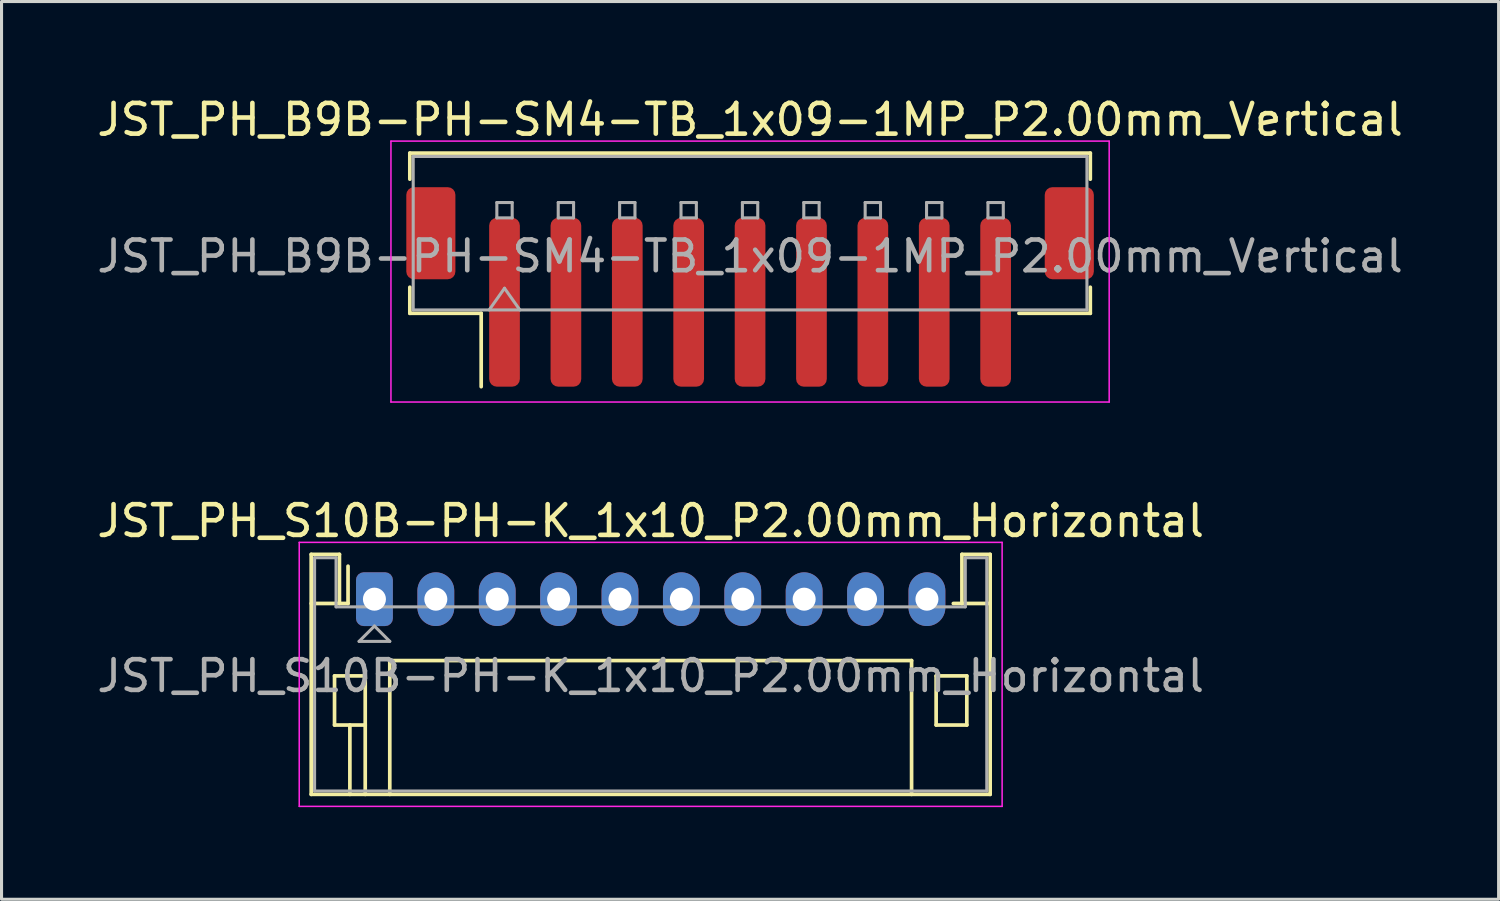
<source format=kicad_pcb>
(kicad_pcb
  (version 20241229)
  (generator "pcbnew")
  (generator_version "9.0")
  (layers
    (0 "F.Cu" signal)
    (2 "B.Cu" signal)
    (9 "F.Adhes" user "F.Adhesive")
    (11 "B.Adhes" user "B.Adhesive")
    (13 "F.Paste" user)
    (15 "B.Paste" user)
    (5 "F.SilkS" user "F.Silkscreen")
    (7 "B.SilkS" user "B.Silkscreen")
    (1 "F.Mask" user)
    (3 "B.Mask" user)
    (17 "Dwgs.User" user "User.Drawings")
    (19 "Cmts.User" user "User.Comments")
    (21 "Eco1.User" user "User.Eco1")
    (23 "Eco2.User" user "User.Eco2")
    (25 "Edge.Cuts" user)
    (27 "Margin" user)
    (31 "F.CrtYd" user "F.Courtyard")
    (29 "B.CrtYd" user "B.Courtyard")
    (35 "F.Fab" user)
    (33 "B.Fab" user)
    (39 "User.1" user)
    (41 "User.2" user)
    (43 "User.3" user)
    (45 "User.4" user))
  (footprint "JST_PH_S10B-PH-K_1x10_P2.00mm_Horizontal"
    (layer "F.Cu")
    (at 9.149 16.471)
    (property "Reference" "JST_PH_S10B-PH-K_1x10_P2.00mm_Horizontal" (at 9 -2.55 0) (layer "F.SilkS") (effects (font (size 1 1) (thickness 0.15))))
    (attr through_hole)
    (fp_line (start -2.06 -1.46) (end -2.06 6.36) (stroke (width 0.12) (type solid)) (layer "F.SilkS"))
    (fp_line (start -2.06 0.14) (end -1.14 0.14) (stroke (width 0.12) (type solid)) (layer "F.SilkS"))
    (fp_line (start -2.06 6.36) (end 20.06 6.36) (stroke (width 0.12) (type solid)) (layer "F.SilkS"))
    (fp_line (start -1.3 2.5) (end -1.3 4.1) (stroke (width 0.12) (type solid)) (layer "F.SilkS"))
    (fp_line (start -1.3 4.1) (end -0.3 4.1) (stroke (width 0.12) (type solid)) (layer "F.SilkS"))
    (fp_line (start -1.14 -1.46) (end -2.06 -1.46) (stroke (width 0.12) (type solid)) (layer "F.SilkS"))
    (fp_line (start -1.14 0.14) (end -1.14 -1.46) (stroke (width 0.12) (type solid)) (layer "F.SilkS"))
    (fp_line (start -0.86 0.14) (end -1.14 0.14) (stroke (width 0.12) (type solid)) (layer "F.SilkS"))
    (fp_line (start -0.86 0.14) (end -0.86 -1.075) (stroke (width 0.12) (type solid)) (layer "F.SilkS"))
    (fp_line (start -0.8 4.1) (end -0.8 6.36) (stroke (width 0.12) (type solid)) (layer "F.SilkS"))
    (fp_line (start -0.3 2.5) (end -1.3 2.5) (stroke (width 0.12) (type solid)) (layer "F.SilkS"))
    (fp_line (start -0.3 4.1) (end -0.3 2.5) (stroke (width 0.12) (type solid)) (layer "F.SilkS"))
    (fp_line (start -0.3 4.1) (end -0.3 6.36) (stroke (width 0.12) (type solid)) (layer "F.SilkS"))
    (fp_line (start 0.5 2) (end 17.5 2) (stroke (width 0.12) (type solid)) (layer "F.SilkS"))
    (fp_line (start 0.5 6.36) (end 0.5 2) (stroke (width 0.12) (type solid)) (layer "F.SilkS"))
    (fp_line (start 17.5 2) (end 17.5 6.36) (stroke (width 0.12) (type solid)) (layer "F.SilkS"))
    (fp_line (start 18.3 2.5) (end 19.3 2.5) (stroke (width 0.12) (type solid)) (layer "F.SilkS"))
    (fp_line (start 18.3 4.1) (end 18.3 2.5) (stroke (width 0.12) (type solid)) (layer "F.SilkS"))
    (fp_line (start 19.14 -1.46) (end 19.14 0.14) (stroke (width 0.12) (type solid)) (layer "F.SilkS"))
    (fp_line (start 19.14 0.14) (end 18.86 0.14) (stroke (width 0.12) (type solid)) (layer "F.SilkS"))
    (fp_line (start 19.3 2.5) (end 19.3 4.1) (stroke (width 0.12) (type solid)) (layer "F.SilkS"))
    (fp_line (start 19.3 4.1) (end 18.3 4.1) (stroke (width 0.12) (type solid)) (layer "F.SilkS"))
    (fp_line (start 20.06 -1.46) (end 19.14 -1.46) (stroke (width 0.12) (type solid)) (layer "F.SilkS"))
    (fp_line (start 20.06 0.14) (end 19.14 0.14) (stroke (width 0.12) (type solid)) (layer "F.SilkS"))
    (fp_line (start 20.06 6.36) (end 20.06 -1.46) (stroke (width 0.12) (type solid)) (layer "F.SilkS"))
    (fp_line (start -2.45 -1.85) (end -2.45 6.75) (stroke (width 0.05) (type solid)) (layer "F.CrtYd"))
    (fp_line (start -2.45 6.75) (end 20.45 6.75) (stroke (width 0.05) (type solid)) (layer "F.CrtYd"))
    (fp_line (start 20.45 -1.85) (end -2.45 -1.85) (stroke (width 0.05) (type solid)) (layer "F.CrtYd"))
    (fp_line (start 20.45 6.75) (end 20.45 -1.85) (stroke (width 0.05) (type solid)) (layer "F.CrtYd"))
    (fp_line (start -1.95 -1.35) (end -1.95 6.25) (stroke (width 0.1) (type solid)) (layer "F.Fab"))
    (fp_line (start -1.95 6.25) (end 19.95 6.25) (stroke (width 0.1) (type solid)) (layer "F.Fab"))
    (fp_line (start -1.25 -1.35) (end -1.95 -1.35) (stroke (width 0.1) (type solid)) (layer "F.Fab"))
    (fp_line (start -1.25 0.25) (end -1.25 -1.35) (stroke (width 0.1) (type solid)) (layer "F.Fab"))
    (fp_line (start -0.5 1.375) (end 0.5 1.375) (stroke (width 0.1) (type solid)) (layer "F.Fab"))
    (fp_line (start 0 0.875) (end -0.5 1.375) (stroke (width 0.1) (type solid)) (layer "F.Fab"))
    (fp_line (start 0.5 1.375) (end 0 0.875) (stroke (width 0.1) (type solid)) (layer "F.Fab"))
    (fp_line (start 19.25 -1.35) (end 19.25 0.25) (stroke (width 0.1) (type solid)) (layer "F.Fab"))
    (fp_line (start 19.25 0.25) (end -1.25 0.25) (stroke (width 0.1) (type solid)) (layer "F.Fab"))
    (fp_line (start 19.95 -1.35) (end 19.25 -1.35) (stroke (width 0.1) (type solid)) (layer "F.Fab"))
    (fp_line (start 19.95 6.25) (end 19.95 -1.35) (stroke (width 0.1) (type solid)) (layer "F.Fab"))
    (fp_text user "${REFERENCE}" (at 9 2.5 0) (layer "F.Fab") (effects (font (size 1 1) (thickness 0.15))))
    (pad "1" thru_hole roundrect (at 0 0) (size 1.2 1.75) (drill 0.75) (layers "*.Cu" "*.Mask") (roundrect_rratio 0.208))
    (pad "2" thru_hole oval (at 2 0) (size 1.2 1.75) (drill 0.75) (layers "*.Cu" "*.Mask"))
    (pad "3" thru_hole oval (at 4 0) (size 1.2 1.75) (drill 0.75) (layers "*.Cu" "*.Mask"))
    (pad "4" thru_hole oval (at 6 0) (size 1.2 1.75) (drill 0.75) (layers "*.Cu" "*.Mask"))
    (pad "5" thru_hole oval (at 8 0) (size 1.2 1.75) (drill 0.75) (layers "*.Cu" "*.Mask"))
    (pad "6" thru_hole oval (at 10 0) (size 1.2 1.75) (drill 0.75) (layers "*.Cu" "*.Mask"))
    (pad "7" thru_hole oval (at 12 0) (size 1.2 1.75) (drill 0.75) (layers "*.Cu" "*.Mask"))
    (pad "8" thru_hole oval (at 14 0) (size 1.2 1.75) (drill 0.75) (layers "*.Cu" "*.Mask"))
    (pad "9" thru_hole oval (at 16 0) (size 1.2 1.75) (drill 0.75) (layers "*.Cu" "*.Mask"))
    (pad "10" thru_hole oval (at 18 0) (size 1.2 1.75) (drill 0.75) (layers "*.Cu" "*.Mask")))
  (footprint "JST_PH_B9B-PH-SM4-TB_1x09-1MP_P2.00mm_Vertical"
    (layer "F.Cu")
    (at 21.387 6.298)
    (property "Reference" "JST_PH_B9B-PH-SM4-TB_1x09-1MP_P2.00mm_Vertical" (at 0 -5.45 0) (layer "F.SilkS") (effects (font (size 1 1) (thickness 0.15))))
    (attr smd)
    (fp_line (start -11.085 -4.36) (end 11.085 -4.36) (stroke (width 0.12) (type solid)) (layer "F.SilkS"))
    (fp_line (start -11.085 -3.51) (end -11.085 -4.36) (stroke (width 0.12) (type solid)) (layer "F.SilkS"))
    (fp_line (start -11.085 0.01) (end -11.085 0.86) (stroke (width 0.12) (type solid)) (layer "F.SilkS"))
    (fp_line (start -11.085 0.86) (end -8.76 0.86) (stroke (width 0.12) (type solid)) (layer "F.SilkS"))
    (fp_line (start -8.76 0.86) (end -8.76 3.25) (stroke (width 0.12) (type solid)) (layer "F.SilkS"))
    (fp_line (start 11.085 -4.36) (end 11.085 -3.51) (stroke (width 0.12) (type solid)) (layer "F.SilkS"))
    (fp_line (start 11.085 0.01) (end 11.085 0.86) (stroke (width 0.12) (type solid)) (layer "F.SilkS"))
    (fp_line (start 11.085 0.86) (end 8.76 0.86) (stroke (width 0.12) (type solid)) (layer "F.SilkS"))
    (fp_line (start -11.7 -4.75) (end -11.7 3.75) (stroke (width 0.05) (type solid)) (layer "F.CrtYd"))
    (fp_line (start -11.7 3.75) (end 11.7 3.75) (stroke (width 0.05) (type solid)) (layer "F.CrtYd"))
    (fp_line (start 11.7 -4.75) (end -11.7 -4.75) (stroke (width 0.05) (type solid)) (layer "F.CrtYd"))
    (fp_line (start 11.7 3.75) (end 11.7 -4.75) (stroke (width 0.05) (type solid)) (layer "F.CrtYd"))
    (fp_line (start -10.975 -4.25) (end 10.975 -4.25) (stroke (width 0.1) (type solid)) (layer "F.Fab"))
    (fp_line (start -10.975 0.75) (end -10.975 -4.25) (stroke (width 0.1) (type solid)) (layer "F.Fab"))
    (fp_line (start -10.975 0.75) (end 10.975 0.75) (stroke (width 0.1) (type solid)) (layer "F.Fab"))
    (fp_line (start -8.5 0.75) (end -8 0.043) (stroke (width 0.1) (type solid)) (layer "F.Fab"))
    (fp_line (start -8.25 -2.75) (end -8.25 -2.25) (stroke (width 0.1) (type solid)) (layer "F.Fab"))
    (fp_line (start -8.25 -2.25) (end -7.75 -2.25) (stroke (width 0.1) (type solid)) (layer "F.Fab"))
    (fp_line (start -8 0.043) (end -7.5 0.75) (stroke (width 0.1) (type solid)) (layer "F.Fab"))
    (fp_line (start -7.75 -2.75) (end -8.25 -2.75) (stroke (width 0.1) (type solid)) (layer "F.Fab"))
    (fp_line (start -7.75 -2.25) (end -7.75 -2.75) (stroke (width 0.1) (type solid)) (layer "F.Fab"))
    (fp_line (start -6.25 -2.75) (end -6.25 -2.25) (stroke (width 0.1) (type solid)) (layer "F.Fab"))
    (fp_line (start -6.25 -2.25) (end -5.75 -2.25) (stroke (width 0.1) (type solid)) (layer "F.Fab"))
    (fp_line (start -5.75 -2.75) (end -6.25 -2.75) (stroke (width 0.1) (type solid)) (layer "F.Fab"))
    (fp_line (start -5.75 -2.25) (end -5.75 -2.75) (stroke (width 0.1) (type solid)) (layer "F.Fab"))
    (fp_line (start -4.25 -2.75) (end -4.25 -2.25) (stroke (width 0.1) (type solid)) (layer "F.Fab"))
    (fp_line (start -4.25 -2.25) (end -3.75 -2.25) (stroke (width 0.1) (type solid)) (layer "F.Fab"))
    (fp_line (start -3.75 -2.75) (end -4.25 -2.75) (stroke (width 0.1) (type solid)) (layer "F.Fab"))
    (fp_line (start -3.75 -2.25) (end -3.75 -2.75) (stroke (width 0.1) (type solid)) (layer "F.Fab"))
    (fp_line (start -2.25 -2.75) (end -2.25 -2.25) (stroke (width 0.1) (type solid)) (layer "F.Fab"))
    (fp_line (start -2.25 -2.25) (end -1.75 -2.25) (stroke (width 0.1) (type solid)) (layer "F.Fab"))
    (fp_line (start -1.75 -2.75) (end -2.25 -2.75) (stroke (width 0.1) (type solid)) (layer "F.Fab"))
    (fp_line (start -1.75 -2.25) (end -1.75 -2.75) (stroke (width 0.1) (type solid)) (layer "F.Fab"))
    (fp_line (start -0.25 -2.75) (end -0.25 -2.25) (stroke (width 0.1) (type solid)) (layer "F.Fab"))
    (fp_line (start -0.25 -2.25) (end 0.25 -2.25) (stroke (width 0.1) (type solid)) (layer "F.Fab"))
    (fp_line (start 0.25 -2.75) (end -0.25 -2.75) (stroke (width 0.1) (type solid)) (layer "F.Fab"))
    (fp_line (start 0.25 -2.25) (end 0.25 -2.75) (stroke (width 0.1) (type solid)) (layer "F.Fab"))
    (fp_line (start 1.75 -2.75) (end 1.75 -2.25) (stroke (width 0.1) (type solid)) (layer "F.Fab"))
    (fp_line (start 1.75 -2.25) (end 2.25 -2.25) (stroke (width 0.1) (type solid)) (layer "F.Fab"))
    (fp_line (start 2.25 -2.75) (end 1.75 -2.75) (stroke (width 0.1) (type solid)) (layer "F.Fab"))
    (fp_line (start 2.25 -2.25) (end 2.25 -2.75) (stroke (width 0.1) (type solid)) (layer "F.Fab"))
    (fp_line (start 3.75 -2.75) (end 3.75 -2.25) (stroke (width 0.1) (type solid)) (layer "F.Fab"))
    (fp_line (start 3.75 -2.25) (end 4.25 -2.25) (stroke (width 0.1) (type solid)) (layer "F.Fab"))
    (fp_line (start 4.25 -2.75) (end 3.75 -2.75) (stroke (width 0.1) (type solid)) (layer "F.Fab"))
    (fp_line (start 4.25 -2.25) (end 4.25 -2.75) (stroke (width 0.1) (type solid)) (layer "F.Fab"))
    (fp_line (start 5.75 -2.75) (end 5.75 -2.25) (stroke (width 0.1) (type solid)) (layer "F.Fab"))
    (fp_line (start 5.75 -2.25) (end 6.25 -2.25) (stroke (width 0.1) (type solid)) (layer "F.Fab"))
    (fp_line (start 6.25 -2.75) (end 5.75 -2.75) (stroke (width 0.1) (type solid)) (layer "F.Fab"))
    (fp_line (start 6.25 -2.25) (end 6.25 -2.75) (stroke (width 0.1) (type solid)) (layer "F.Fab"))
    (fp_line (start 7.75 -2.75) (end 7.75 -2.25) (stroke (width 0.1) (type solid)) (layer "F.Fab"))
    (fp_line (start 7.75 -2.25) (end 8.25 -2.25) (stroke (width 0.1) (type solid)) (layer "F.Fab"))
    (fp_line (start 8.25 -2.75) (end 7.75 -2.75) (stroke (width 0.1) (type solid)) (layer "F.Fab"))
    (fp_line (start 8.25 -2.25) (end 8.25 -2.75) (stroke (width 0.1) (type solid)) (layer "F.Fab"))
    (fp_line (start 10.975 0.75) (end 10.975 -4.25) (stroke (width 0.1) (type solid)) (layer "F.Fab"))
    (fp_text user "${REFERENCE}" (at 0 -1 0) (layer "F.Fab") (effects (font (size 1 1) (thickness 0.15))))
    (pad "1" smd roundrect (at -8 0.5) (size 1 5.5) (layers "F.Cu" "F.Mask" "F.Paste") (roundrect_rratio 0.25))
    (pad "2" smd roundrect (at -6 0.5) (size 1 5.5) (layers "F.Cu" "F.Mask" "F.Paste") (roundrect_rratio 0.25))
    (pad "3" smd roundrect (at -4 0.5) (size 1 5.5) (layers "F.Cu" "F.Mask" "F.Paste") (roundrect_rratio 0.25))
    (pad "4" smd roundrect (at -2 0.5) (size 1 5.5) (layers "F.Cu" "F.Mask" "F.Paste") (roundrect_rratio 0.25))
    (pad "5" smd roundrect (at 0 0.5) (size 1 5.5) (layers "F.Cu" "F.Mask" "F.Paste") (roundrect_rratio 0.25))
    (pad "6" smd roundrect (at 2 0.5) (size 1 5.5) (layers "F.Cu" "F.Mask" "F.Paste") (roundrect_rratio 0.25))
    (pad "7" smd roundrect (at 4 0.5) (size 1 5.5) (layers "F.Cu" "F.Mask" "F.Paste") (roundrect_rratio 0.25))
    (pad "8" smd roundrect (at 6 0.5) (size 1 5.5) (layers "F.Cu" "F.Mask" "F.Paste") (roundrect_rratio 0.25))
    (pad "9" smd roundrect (at 8 0.5) (size 1 5.5) (layers "F.Cu" "F.Mask" "F.Paste") (roundrect_rratio 0.25))
    (pad "MP" smd roundrect (at -10.4 -1.75) (size 1.6 3) (layers "F.Cu" "F.Mask" "F.Paste") (roundrect_rratio 0.156))
    (pad "MP" smd roundrect (at 10.4 -1.75) (size 1.6 3) (layers "F.Cu" "F.Mask" "F.Paste") (roundrect_rratio 0.156)))
  (gr_rect
    (start -3 -3)
    (end 45.774 26.247)
    (stroke (width 0.1) (type default))
    (fill no)
    (layer "Edge.Cuts")))
</source>
